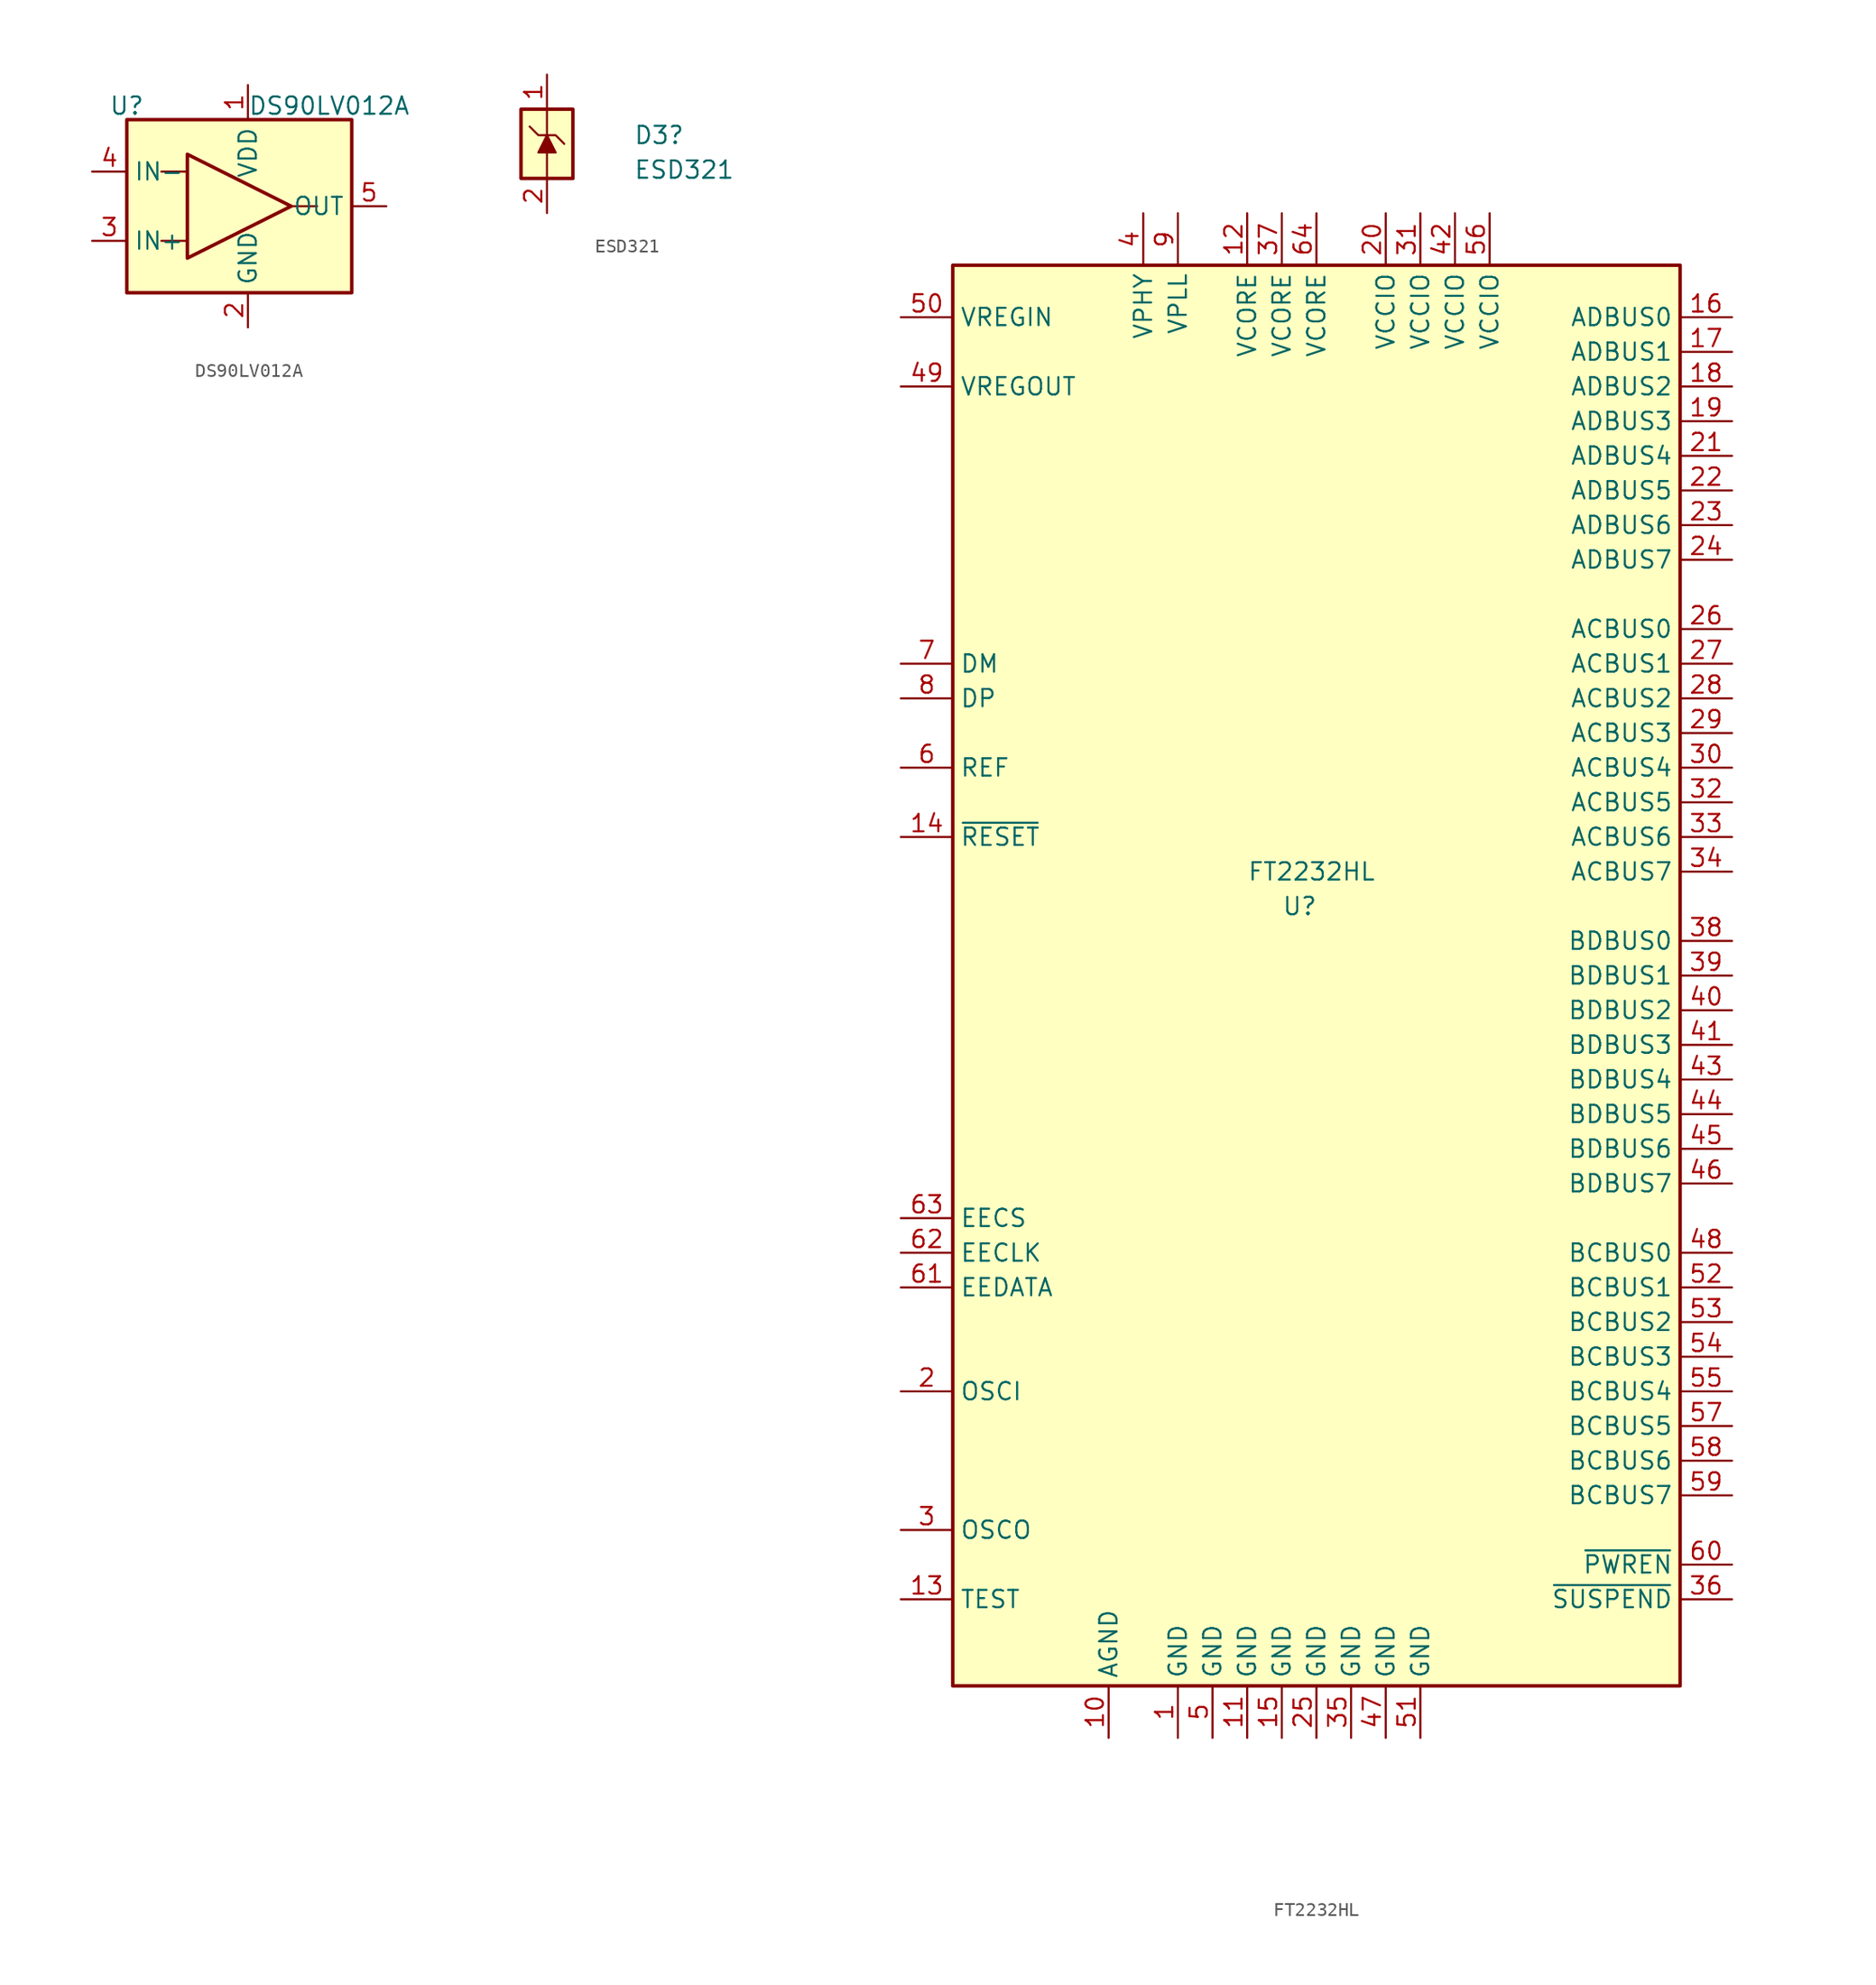
<source format=kicad_sym>
(kicad_symbol_lib
  (version 20241209)
  (generator "kicad_symbol_editor")
  (generator_version "9.0")
  (symbol "DS90LV012A"
    (property "Reference" "U"
      (at -8.89 7.366 0)
      (effects (font (size 1.27 1.27))))
    (property "Value" "DS90LV012A"
      (at 0 7.366 0)
      (effects (font (size 1.27 1.27)) (justify left)))
    (symbol "DS90LV012A_1_0"
      (rectangle (start -8.89 6.35) (end 7.62 -6.35) (stroke (width 0.254) (type default)) (fill (type background))))
    (symbol "DS90LV012A_1_1"
      (polyline (pts (xy -6.35 2.54) (xy -4.445 2.54)) (stroke (width 0) (type default)) (fill (type none)))
      (polyline (pts (xy -6.35 -2.54) (xy -4.445 -2.54)) (stroke (width 0) (type default)) (fill (type none)))
      (polyline (pts (xy -4.445 -3.81) (xy -4.445 3.81) (xy 3.175 0) (xy -4.445 -3.81)) (stroke (width 0.254) (type default)) (fill (type none)))
      (polyline (pts (xy 5.08 0) (xy 3.175 0)) (stroke (width 0) (type default)) (fill (type none)))
      (pin input line (at -11.43 2.54 0) (length 2.54) (name "IN-" (effects (font (size 1.27 1.27)))) (number "4" (effects (font (size 1.27 1.27)))))
      (pin output line (at -11.43 -2.54 0) (length 2.54) (name "IN+" (effects (font (size 1.27 1.27)))) (number "3" (effects (font (size 1.27 1.27)))))
      (pin power_in line (at 0 8.89 270) (length 2.54) (name "VDD" (effects (font (size 1.27 1.27)))) (number "1" (effects (font (size 1.27 1.27)))))
      (pin power_in line (at 0 -8.89 90) (length 2.54) (name "GND" (effects (font (size 1.27 1.27)))) (number "2" (effects (font (size 1.27 1.27)))))
      (pin output line (at 10.16 0 180) (length 2.54) (name "OUT" (effects (font (size 1.27 1.27)))) (number "5" (effects (font (size 1.27 1.27)))))))
  (symbol "ESD321"
    (pin_names
      (hide yes))
    (property "Reference" "D3"
      (at 6.35 0.635 0)
      (effects (font (size 1.27 1.27)) (justify left)))
    (property "Value" "ESD321"
      (at 6.35 -1.905 0)
      (effects (font (size 1.27 1.27)) (justify left)))
    (symbol "ESD321_0_0"
      (pin passive line (at 0 -5.08 90) (length 2.54) (name "A" (effects (font (size 1.27 1.27)))) (number "2" (effects (font (size 1.27 1.27))))))
    (symbol "ESD321_0_1"
      (rectangle (start -1.905 2.54) (end 1.905 -2.54) (stroke (width 0.254) (type default)) (fill (type background)))
      (polyline (pts (xy -1.27 1.27) (xy -0.635 0.635) (xy 0.635 0.635) (xy 1.27 0)) (stroke (width 0) (type default)) (fill (type none)))
      (polyline (pts (xy 0 2.54) (xy 0 0.635)) (stroke (width 0) (type default)) (fill (type none)))
      (polyline (pts (xy 0 -0.635) (xy 0 -2.54)) (stroke (width 0) (type default)) (fill (type none))))
    (symbol "ESD321_1_1"
      (polyline (pts (xy 0 0.635) (xy 0.635 -0.635) (xy -0.635 -0.635) (xy 0 0.635)) (stroke (width 0) (type default)) (fill (type outline)))
      (pin passive line (at 0 5.08 270) (length 2.54) (name "K" (effects (font (size 1.27 1.27)))) (number "1" (effects (font (size 1.27 1.27)))))))
  (symbol "FT2232HL"
    (property "Reference" "U"
      (at -2.54 5.08 0)
      (effects (font (size 1.27 1.27)) (justify left)))
    (property "Value" "FT2232HL"
      (at -5.08 7.62 0)
      (effects (font (size 1.27 1.27)) (justify left)))
    (symbol "FT2232HL_0_1"
      (rectangle (start -26.67 52.07) (end 26.67 -52.07) (stroke (width 0.254) (type solid)) (fill (type background))))
    (symbol "FT2232HL_1_1"
      (pin power_in line (at -30.48 48.26 0) (length 3.81) (name "VREGIN" (effects (font (size 1.27 1.27)))) (number "50" (effects (font (size 1.27 1.27)))))
      (pin power_out line (at -30.48 43.18 0) (length 3.81) (name "VREGOUT" (effects (font (size 1.27 1.27)))) (number "49" (effects (font (size 1.27 1.27)))))
      (pin bidirectional line (at -30.48 22.86 0) (length 3.81) (name "DM" (effects (font (size 1.27 1.27)))) (number "7" (effects (font (size 1.27 1.27)))))
      (pin bidirectional line (at -30.48 20.32 0) (length 3.81) (name "DP" (effects (font (size 1.27 1.27)))) (number "8" (effects (font (size 1.27 1.27)))))
      (pin output line (at -30.48 15.24 0) (length 3.81) (name "REF" (effects (font (size 1.27 1.27)))) (number "6" (effects (font (size 1.27 1.27)))))
      (pin input line (at -30.48 10.16 0) (length 3.81) (name "~{RESET}" (effects (font (size 1.27 1.27)))) (number "14" (effects (font (size 1.27 1.27)))))
      (pin output line (at -30.48 -17.78 0) (length 3.81) (name "EECS" (effects (font (size 1.27 1.27)))) (number "63" (effects (font (size 1.27 1.27)))))
      (pin output line (at -30.48 -20.32 0) (length 3.81) (name "EECLK" (effects (font (size 1.27 1.27)))) (number "62" (effects (font (size 1.27 1.27)))))
      (pin bidirectional line (at -30.48 -22.86 0) (length 3.81) (name "EEDATA" (effects (font (size 1.27 1.27)))) (number "61" (effects (font (size 1.27 1.27)))))
      (pin input line (at -30.48 -30.48 0) (length 3.81) (name "OSCI" (effects (font (size 1.27 1.27)))) (number "2" (effects (font (size 1.27 1.27)))))
      (pin output line (at -30.48 -40.64 0) (length 3.81) (name "OSCO" (effects (font (size 1.27 1.27)))) (number "3" (effects (font (size 1.27 1.27)))))
      (pin input line (at -30.48 -45.72 0) (length 3.81) (name "TEST" (effects (font (size 1.27 1.27)))) (number "13" (effects (font (size 1.27 1.27)))))
      (pin power_in line (at -15.24 -55.88 90) (length 3.81) (name "AGND" (effects (font (size 1.27 1.27)))) (number "10" (effects (font (size 1.27 1.27)))))
      (pin power_in line (at -12.7 55.88 270) (length 3.81) (name "VPHY" (effects (font (size 1.27 1.27)))) (number "4" (effects (font (size 1.27 1.27)))))
      (pin input line (at -10.16 55.88 270) (length 3.81) (name "VPLL" (effects (font (size 1.27 1.27)))) (number "9" (effects (font (size 1.27 1.27)))))
      (pin power_in line (at -10.16 -55.88 90) (length 3.81) (name "GND" (effects (font (size 1.27 1.27)))) (number "1" (effects (font (size 1.27 1.27)))))
      (pin power_in line (at -7.62 -55.88 90) (length 3.81) (name "GND" (effects (font (size 1.27 1.27)))) (number "5" (effects (font (size 1.27 1.27)))))
      (pin power_in line (at -5.08 55.88 270) (length 3.81) (name "VCORE" (effects (font (size 1.27 1.27)))) (number "12" (effects (font (size 1.27 1.27)))))
      (pin power_in line (at -5.08 -55.88 90) (length 3.81) (name "GND" (effects (font (size 1.27 1.27)))) (number "11" (effects (font (size 1.27 1.27)))))
      (pin power_in line (at -2.54 55.88 270) (length 3.81) (name "VCORE" (effects (font (size 1.27 1.27)))) (number "37" (effects (font (size 1.27 1.27)))))
      (pin power_in line (at -2.54 -55.88 90) (length 3.81) (name "GND" (effects (font (size 1.27 1.27)))) (number "15" (effects (font (size 1.27 1.27)))))
      (pin power_in line (at 0 55.88 270) (length 3.81) (name "VCORE" (effects (font (size 1.27 1.27)))) (number "64" (effects (font (size 1.27 1.27)))))
      (pin power_in line (at 0 -55.88 90) (length 3.81) (name "GND" (effects (font (size 1.27 1.27)))) (number "25" (effects (font (size 1.27 1.27)))))
      (pin power_in line (at 2.54 -55.88 90) (length 3.81) (name "GND" (effects (font (size 1.27 1.27)))) (number "35" (effects (font (size 1.27 1.27)))))
      (pin power_in line (at 5.08 55.88 270) (length 3.81) (name "VCCIO" (effects (font (size 1.27 1.27)))) (number "20" (effects (font (size 1.27 1.27)))))
      (pin power_in line (at 5.08 -55.88 90) (length 3.81) (name "GND" (effects (font (size 1.27 1.27)))) (number "47" (effects (font (size 1.27 1.27)))))
      (pin power_in line (at 7.62 55.88 270) (length 3.81) (name "VCCIO" (effects (font (size 1.27 1.27)))) (number "31" (effects (font (size 1.27 1.27)))))
      (pin power_in line (at 7.62 -55.88 90) (length 3.81) (name "GND" (effects (font (size 1.27 1.27)))) (number "51" (effects (font (size 1.27 1.27)))))
      (pin power_in line (at 10.16 55.88 270) (length 3.81) (name "VCCIO" (effects (font (size 1.27 1.27)))) (number "42" (effects (font (size 1.27 1.27)))))
      (pin power_in line (at 12.7 55.88 270) (length 3.81) (name "VCCIO" (effects (font (size 1.27 1.27)))) (number "56" (effects (font (size 1.27 1.27)))))
      (pin bidirectional line (at 30.48 48.26 180) (length 3.81) (name "ADBUS0" (effects (font (size 1.27 1.27)))) (number "16" (effects (font (size 1.27 1.27)))))
      (pin bidirectional line (at 30.48 45.72 180) (length 3.81) (name "ADBUS1" (effects (font (size 1.27 1.27)))) (number "17" (effects (font (size 1.27 1.27)))))
      (pin bidirectional line (at 30.48 43.18 180) (length 3.81) (name "ADBUS2" (effects (font (size 1.27 1.27)))) (number "18" (effects (font (size 1.27 1.27)))))
      (pin bidirectional line (at 30.48 40.64 180) (length 3.81) (name "ADBUS3" (effects (font (size 1.27 1.27)))) (number "19" (effects (font (size 1.27 1.27)))))
      (pin bidirectional line (at 30.48 38.1 180) (length 3.81) (name "ADBUS4" (effects (font (size 1.27 1.27)))) (number "21" (effects (font (size 1.27 1.27)))))
      (pin bidirectional line (at 30.48 35.56 180) (length 3.81) (name "ADBUS5" (effects (font (size 1.27 1.27)))) (number "22" (effects (font (size 1.27 1.27)))))
      (pin bidirectional line (at 30.48 33.02 180) (length 3.81) (name "ADBUS6" (effects (font (size 1.27 1.27)))) (number "23" (effects (font (size 1.27 1.27)))))
      (pin bidirectional line (at 30.48 30.48 180) (length 3.81) (name "ADBUS7" (effects (font (size 1.27 1.27)))) (number "24" (effects (font (size 1.27 1.27)))))
      (pin bidirectional line (at 30.48 25.4 180) (length 3.81) (name "ACBUS0" (effects (font (size 1.27 1.27)))) (number "26" (effects (font (size 1.27 1.27)))))
      (pin bidirectional line (at 30.48 22.86 180) (length 3.81) (name "ACBUS1" (effects (font (size 1.27 1.27)))) (number "27" (effects (font (size 1.27 1.27)))))
      (pin bidirectional line (at 30.48 20.32 180) (length 3.81) (name "ACBUS2" (effects (font (size 1.27 1.27)))) (number "28" (effects (font (size 1.27 1.27)))))
      (pin bidirectional line (at 30.48 17.78 180) (length 3.81) (name "ACBUS3" (effects (font (size 1.27 1.27)))) (number "29" (effects (font (size 1.27 1.27)))))
      (pin bidirectional line (at 30.48 15.24 180) (length 3.81) (name "ACBUS4" (effects (font (size 1.27 1.27)))) (number "30" (effects (font (size 1.27 1.27)))))
      (pin bidirectional line (at 30.48 12.7 180) (length 3.81) (name "ACBUS5" (effects (font (size 1.27 1.27)))) (number "32" (effects (font (size 1.27 1.27)))))
      (pin bidirectional line (at 30.48 10.16 180) (length 3.81) (name "ACBUS6" (effects (font (size 1.27 1.27)))) (number "33" (effects (font (size 1.27 1.27)))))
      (pin bidirectional line (at 30.48 7.62 180) (length 3.81) (name "ACBUS7" (effects (font (size 1.27 1.27)))) (number "34" (effects (font (size 1.27 1.27)))))
      (pin bidirectional line (at 30.48 2.54 180) (length 3.81) (name "BDBUS0" (effects (font (size 1.27 1.27)))) (number "38" (effects (font (size 1.27 1.27)))))
      (pin bidirectional line (at 30.48 0 180) (length 3.81) (name "BDBUS1" (effects (font (size 1.27 1.27)))) (number "39" (effects (font (size 1.27 1.27)))))
      (pin bidirectional line (at 30.48 -2.54 180) (length 3.81) (name "BDBUS2" (effects (font (size 1.27 1.27)))) (number "40" (effects (font (size 1.27 1.27)))))
      (pin bidirectional line (at 30.48 -5.08 180) (length 3.81) (name "BDBUS3" (effects (font (size 1.27 1.27)))) (number "41" (effects (font (size 1.27 1.27)))))
      (pin bidirectional line (at 30.48 -7.62 180) (length 3.81) (name "BDBUS4" (effects (font (size 1.27 1.27)))) (number "43" (effects (font (size 1.27 1.27)))))
      (pin bidirectional line (at 30.48 -10.16 180) (length 3.81) (name "BDBUS5" (effects (font (size 1.27 1.27)))) (number "44" (effects (font (size 1.27 1.27)))))
      (pin bidirectional line (at 30.48 -12.7 180) (length 3.81) (name "BDBUS6" (effects (font (size 1.27 1.27)))) (number "45" (effects (font (size 1.27 1.27)))))
      (pin bidirectional line (at 30.48 -15.24 180) (length 3.81) (name "BDBUS7" (effects (font (size 1.27 1.27)))) (number "46" (effects (font (size 1.27 1.27)))))
      (pin bidirectional line (at 30.48 -20.32 180) (length 3.81) (name "BCBUS0" (effects (font (size 1.27 1.27)))) (number "48" (effects (font (size 1.27 1.27)))))
      (pin bidirectional line (at 30.48 -22.86 180) (length 3.81) (name "BCBUS1" (effects (font (size 1.27 1.27)))) (number "52" (effects (font (size 1.27 1.27)))))
      (pin bidirectional line (at 30.48 -25.4 180) (length 3.81) (name "BCBUS2" (effects (font (size 1.27 1.27)))) (number "53" (effects (font (size 1.27 1.27)))))
      (pin bidirectional line (at 30.48 -27.94 180) (length 3.81) (name "BCBUS3" (effects (font (size 1.27 1.27)))) (number "54" (effects (font (size 1.27 1.27)))))
      (pin bidirectional line (at 30.48 -30.48 180) (length 3.81) (name "BCBUS4" (effects (font (size 1.27 1.27)))) (number "55" (effects (font (size 1.27 1.27)))))
      (pin bidirectional line (at 30.48 -33.02 180) (length 3.81) (name "BCBUS5" (effects (font (size 1.27 1.27)))) (number "57" (effects (font (size 1.27 1.27)))))
      (pin bidirectional line (at 30.48 -35.56 180) (length 3.81) (name "BCBUS6" (effects (font (size 1.27 1.27)))) (number "58" (effects (font (size 1.27 1.27)))))
      (pin bidirectional line (at 30.48 -38.1 180) (length 3.81) (name "BCBUS7" (effects (font (size 1.27 1.27)))) (number "59" (effects (font (size 1.27 1.27)))))
      (pin output line (at 30.48 -43.18 180) (length 3.81) (name "~{PWREN}" (effects (font (size 1.27 1.27)))) (number "60" (effects (font (size 1.27 1.27)))))
      (pin output line (at 30.48 -45.72 180) (length 3.81) (name "~{SUSPEND}" (effects (font (size 1.27 1.27)))) (number "36" (effects (font (size 1.27 1.27))))))))
</source>
